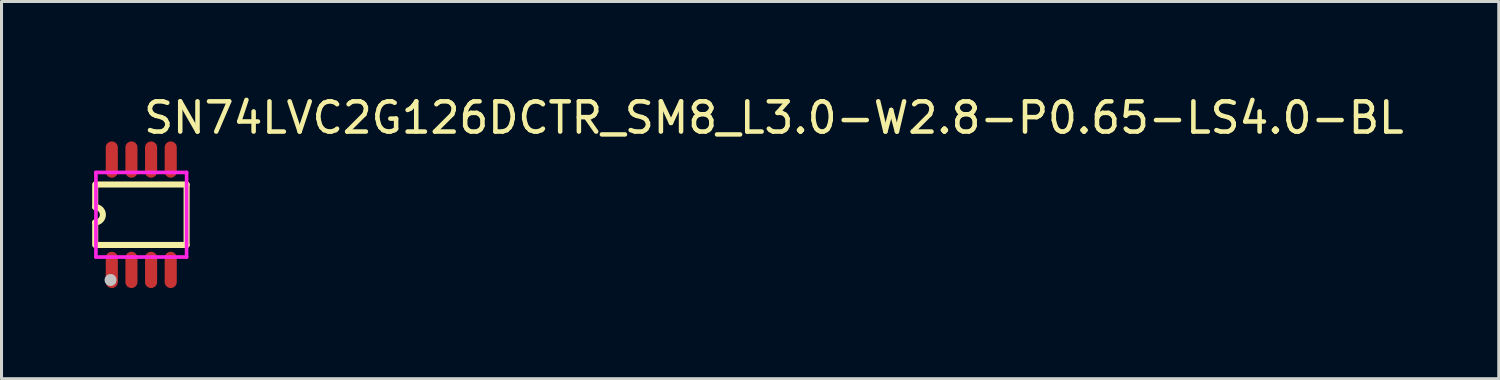
<source format=kicad_pcb>
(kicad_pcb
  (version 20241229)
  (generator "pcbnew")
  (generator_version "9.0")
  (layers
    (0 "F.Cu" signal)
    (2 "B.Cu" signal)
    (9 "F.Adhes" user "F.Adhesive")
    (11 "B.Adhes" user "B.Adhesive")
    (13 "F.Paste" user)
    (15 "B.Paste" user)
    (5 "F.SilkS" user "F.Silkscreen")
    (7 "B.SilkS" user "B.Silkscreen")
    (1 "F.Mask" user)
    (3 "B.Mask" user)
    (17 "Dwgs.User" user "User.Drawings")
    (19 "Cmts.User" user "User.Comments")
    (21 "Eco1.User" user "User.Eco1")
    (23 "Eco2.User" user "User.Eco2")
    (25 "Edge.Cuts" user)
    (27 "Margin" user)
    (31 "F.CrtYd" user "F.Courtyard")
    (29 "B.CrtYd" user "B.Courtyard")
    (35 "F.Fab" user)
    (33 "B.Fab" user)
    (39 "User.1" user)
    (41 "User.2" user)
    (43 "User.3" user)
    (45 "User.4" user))
  (footprint "SN74LVC2G126DCTR_SM8_L3.0-W2.8-P0.65-LS4.0-BL"
    (layer "F.Cu")
    (at 1.624 4.055)
    (property "Reference" "SN74LVC2G126DCTR_SM8_L3.0-W2.8-P0.65-LS4.0-BL" (at 0 -3.207 0) (layer "F.SilkS") (effects (font (size 1 1) (thickness 0.15)) (justify left)))
    (attr through_hole)
    (fp_line (start -1.524 -0.254) (end -1.524 -1) (stroke (width 0.2) (type solid)) (layer "F.SilkS"))
    (fp_line (start -1.524 0.254) (end -1.524 1) (stroke (width 0.2) (type solid)) (layer "F.SilkS"))
    (fp_line (start -1.5 -1) (end 1.5 -1) (stroke (width 0.2) (type solid)) (layer "F.SilkS"))
    (fp_line (start 1.5 -1) (end 1.5 1) (stroke (width 0.2) (type solid)) (layer "F.SilkS"))
    (fp_line (start 1.5 1) (end -1.5 1) (stroke (width 0.2) (type solid)) (layer "F.SilkS"))
    (fp_arc (start -1.524 -0.254) (mid -1.27 0) (end -1.524 0.254) (stroke (width 0.2) (type solid)) (layer "F.SilkS"))
    (fp_circle (center -1.016 2.159) (end -0.916 2.159) (stroke (width 0.2) (type solid)) (fill no) (layer "Dwgs.User"))
    (fp_line (start -1.088 -1.61) (end -0.863 -1.61) (stroke (width 0.12) (type solid)) (layer "Eco2.User"))
    (fp_line (start -1.088 -1.39) (end -1.088 -1.61) (stroke (width 0.12) (type solid)) (layer "Eco2.User"))
    (fp_line (start -1.088 1.39) (end -0.863 1.39) (stroke (width 0.12) (type solid)) (layer "Eco2.User"))
    (fp_line (start -1.088 1.61) (end -1.088 1.39) (stroke (width 0.12) (type solid)) (layer "Eco2.User"))
    (fp_line (start -0.863 -1.61) (end -0.863 -1.39) (stroke (width 0.12) (type solid)) (layer "Eco2.User"))
    (fp_line (start -0.863 -1.39) (end -1.088 -1.39) (stroke (width 0.12) (type solid)) (layer "Eco2.User"))
    (fp_line (start -0.863 1.39) (end -0.863 1.61) (stroke (width 0.12) (type solid)) (layer "Eco2.User"))
    (fp_line (start -0.863 1.61) (end -1.088 1.61) (stroke (width 0.12) (type solid)) (layer "Eco2.User"))
    (fp_line (start -0.438 -1.61) (end -0.213 -1.61) (stroke (width 0.12) (type solid)) (layer "Eco2.User"))
    (fp_line (start -0.438 -1.39) (end -0.438 -1.61) (stroke (width 0.12) (type solid)) (layer "Eco2.User"))
    (fp_line (start -0.438 1.39) (end -0.213 1.39) (stroke (width 0.12) (type solid)) (layer "Eco2.User"))
    (fp_line (start -0.438 1.61) (end -0.438 1.39) (stroke (width 0.12) (type solid)) (layer "Eco2.User"))
    (fp_line (start -0.213 -1.61) (end -0.213 -1.39) (stroke (width 0.12) (type solid)) (layer "Eco2.User"))
    (fp_line (start -0.213 -1.39) (end -0.438 -1.39) (stroke (width 0.12) (type solid)) (layer "Eco2.User"))
    (fp_line (start -0.213 1.39) (end -0.213 1.61) (stroke (width 0.12) (type solid)) (layer "Eco2.User"))
    (fp_line (start -0.213 1.61) (end -0.438 1.61) (stroke (width 0.12) (type solid)) (layer "Eco2.User"))
    (fp_line (start 0.213 -1.61) (end 0.438 -1.61) (stroke (width 0.12) (type solid)) (layer "Eco2.User"))
    (fp_line (start 0.213 -1.39) (end 0.213 -1.61) (stroke (width 0.12) (type solid)) (layer "Eco2.User"))
    (fp_line (start 0.213 1.39) (end 0.438 1.39) (stroke (width 0.12) (type solid)) (layer "Eco2.User"))
    (fp_line (start 0.213 1.61) (end 0.213 1.39) (stroke (width 0.12) (type solid)) (layer "Eco2.User"))
    (fp_line (start 0.438 -1.61) (end 0.438 -1.39) (stroke (width 0.12) (type solid)) (layer "Eco2.User"))
    (fp_line (start 0.438 -1.39) (end 0.213 -1.39) (stroke (width 0.12) (type solid)) (layer "Eco2.User"))
    (fp_line (start 0.438 1.39) (end 0.438 1.61) (stroke (width 0.12) (type solid)) (layer "Eco2.User"))
    (fp_line (start 0.438 1.61) (end 0.213 1.61) (stroke (width 0.12) (type solid)) (layer "Eco2.User"))
    (fp_line (start 0.863 -1.61) (end 1.088 -1.61) (stroke (width 0.12) (type solid)) (layer "Eco2.User"))
    (fp_line (start 0.863 -1.39) (end 0.863 -1.61) (stroke (width 0.12) (type solid)) (layer "Eco2.User"))
    (fp_line (start 0.863 1.39) (end 1.088 1.39) (stroke (width 0.12) (type solid)) (layer "Eco2.User"))
    (fp_line (start 0.863 1.61) (end 0.863 1.39) (stroke (width 0.12) (type solid)) (layer "Eco2.User"))
    (fp_line (start 1.088 -1.61) (end 1.088 -1.39) (stroke (width 0.12) (type solid)) (layer "Eco2.User"))
    (fp_line (start 1.088 -1.39) (end 0.863 -1.39) (stroke (width 0.12) (type solid)) (layer "Eco2.User"))
    (fp_line (start 1.088 1.39) (end 1.088 1.61) (stroke (width 0.12) (type solid)) (layer "Eco2.User"))
    (fp_line (start 1.088 1.61) (end 0.863 1.61) (stroke (width 0.12) (type solid)) (layer "Eco2.User"))
    (fp_circle (center -1.5 2) (end -1.47 2) (stroke (width 0.06) (type solid)) (fill no) (layer "Eco2.User"))
    (fp_poly (pts (xy -1.088 -1.6) (xy -1.088 -2) (xy -0.863 -2) (xy -0.863 -1.6)) (stroke (width 0.12) (type solid)) (fill no) (layer "Eco2.User"))
    (fp_poly (pts (xy -1.088 2) (xy -1.088 1.6) (xy -0.863 1.6) (xy -0.863 2)) (stroke (width 0.12) (type solid)) (fill no) (layer "Eco2.User"))
    (fp_poly (pts (xy -0.438 -1.6) (xy -0.438 -2) (xy -0.213 -2) (xy -0.213 -1.6)) (stroke (width 0.12) (type solid)) (fill no) (layer "Eco2.User"))
    (fp_poly (pts (xy -0.438 2) (xy -0.438 1.6) (xy -0.213 1.6) (xy -0.213 2)) (stroke (width 0.12) (type solid)) (fill no) (layer "Eco2.User"))
    (fp_poly (pts (xy 0.213 -1.6) (xy 0.213 -2) (xy 0.438 -2) (xy 0.438 -1.6)) (stroke (width 0.12) (type solid)) (fill no) (layer "Eco2.User"))
    (fp_poly (pts (xy 0.213 2) (xy 0.213 1.6) (xy 0.438 1.6) (xy 0.438 2)) (stroke (width 0.12) (type solid)) (fill no) (layer "Eco2.User"))
    (fp_poly (pts (xy 0.863 -1.6) (xy 0.863 -2) (xy 1.088 -2) (xy 1.088 -1.6)) (stroke (width 0.12) (type solid)) (fill no) (layer "Eco2.User"))
    (fp_poly (pts (xy 0.863 2) (xy 0.863 1.6) (xy 1.088 1.6) (xy 1.088 2)) (stroke (width 0.12) (type solid)) (fill no) (layer "Eco2.User"))
    (fp_line (start -1.5 -1.4) (end 1.5 -1.4) (stroke (width 0.12) (type solid)) (layer "F.CrtYd"))
    (fp_line (start -1.5 1.4) (end -1.5 -1.4) (stroke (width 0.12) (type solid)) (layer "F.CrtYd"))
    (fp_line (start 1.5 -1.4) (end 1.5 1.4) (stroke (width 0.12) (type solid)) (layer "F.CrtYd"))
    (fp_line (start 1.5 1.4) (end -1.5 1.4) (stroke (width 0.12) (type solid)) (layer "F.CrtYd"))
    (pad "1" smd oval (at -0.975 1.825 270) (size 1.2 0.4) (layers "F.Cu" "F.Mask" "F.Paste"))
    (pad "2" smd oval (at -0.325 1.825 270) (size 1.2 0.4) (layers "F.Cu" "F.Mask" "F.Paste"))
    (pad "3" smd oval (at 0.325 1.825 270) (size 1.2 0.4) (layers "F.Cu" "F.Mask" "F.Paste"))
    (pad "4" smd oval (at 0.975 1.825 270) (size 1.2 0.4) (layers "F.Cu" "F.Mask" "F.Paste"))
    (pad "5" smd oval (at 0.975 -1.825 270) (size 1.2 0.4) (layers "F.Cu" "F.Mask" "F.Paste"))
    (pad "6" smd oval (at 0.325 -1.825 270) (size 1.2 0.4) (layers "F.Cu" "F.Mask" "F.Paste"))
    (pad "7" smd oval (at -0.325 -1.825 270) (size 1.2 0.4) (layers "F.Cu" "F.Mask" "F.Paste"))
    (pad "8" smd oval (at -0.975 -1.825 270) (size 1.2 0.4) (layers "F.Cu" "F.Mask" "F.Paste")))
  (gr_rect
    (start -3 -3)
    (end 46.541 9.48)
    (stroke (width 0.1) (type default))
    (fill no)
    (layer "Edge.Cuts")))
</source>
